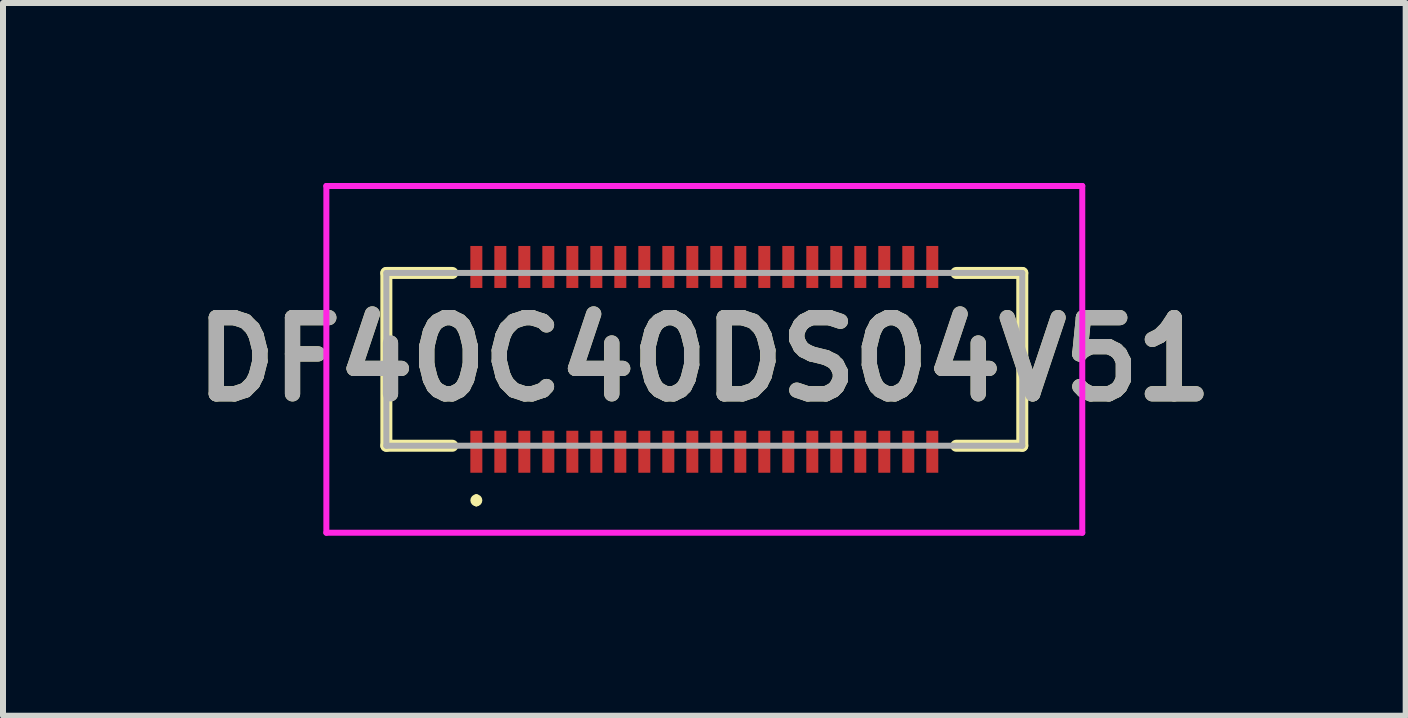
<source format=kicad_pcb>
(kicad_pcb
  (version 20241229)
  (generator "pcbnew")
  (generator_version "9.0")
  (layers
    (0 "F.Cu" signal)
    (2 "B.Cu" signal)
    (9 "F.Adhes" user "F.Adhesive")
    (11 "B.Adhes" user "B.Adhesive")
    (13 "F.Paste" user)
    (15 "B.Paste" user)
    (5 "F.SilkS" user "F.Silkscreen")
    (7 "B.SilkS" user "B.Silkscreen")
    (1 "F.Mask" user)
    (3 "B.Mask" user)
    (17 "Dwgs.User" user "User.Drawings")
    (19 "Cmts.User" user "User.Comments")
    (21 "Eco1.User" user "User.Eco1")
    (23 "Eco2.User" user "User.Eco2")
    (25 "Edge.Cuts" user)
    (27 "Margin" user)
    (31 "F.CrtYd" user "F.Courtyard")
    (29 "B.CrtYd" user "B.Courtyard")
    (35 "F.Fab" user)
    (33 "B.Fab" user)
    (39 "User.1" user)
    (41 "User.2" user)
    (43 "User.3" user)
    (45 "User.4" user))
  (footprint "DF40C40DS04V51"
    (layer "F.Cu")
    (at 8.69 2.94)
    (property "Reference" "DF40C40DS04V51" (at 0 0 0) (layer "F.SilkS") (effects (font (size 1.27 1.27) (thickness 0.254))))
    (attr smd)
    (fp_line (start -5.3 -1.44) (end -5.3 1.44) (stroke (width 0.2) (type solid)) (layer "F.SilkS"))
    (fp_line (start -5.3 1.44) (end -4.2 1.44) (stroke (width 0.2) (type solid)) (layer "F.SilkS"))
    (fp_line (start -4.2 -1.44) (end -5.3 -1.44) (stroke (width 0.2) (type solid)) (layer "F.SilkS"))
    (fp_line (start -3.8 2.3) (end -3.8 2.3) (stroke (width 0.1) (type solid)) (layer "F.SilkS"))
    (fp_line (start -3.8 2.4) (end -3.8 2.4) (stroke (width 0.1) (type solid)) (layer "F.SilkS"))
    (fp_line (start 4.2 1.44) (end 5.3 1.44) (stroke (width 0.2) (type solid)) (layer "F.SilkS"))
    (fp_line (start 5.3 -1.44) (end 4.2 -1.44) (stroke (width 0.2) (type solid)) (layer "F.SilkS"))
    (fp_line (start 5.3 1.44) (end 5.3 -1.44) (stroke (width 0.2) (type solid)) (layer "F.SilkS"))
    (fp_arc (start -3.8 2.3) (mid -3.75 2.35) (end -3.8 2.4) (stroke (width 0.1) (type solid)) (layer "F.SilkS"))
    (fp_arc (start -3.8 2.4) (mid -3.85 2.35) (end -3.8 2.3) (stroke (width 0.1) (type solid)) (layer "F.SilkS"))
    (fp_line (start -6.3 -2.89) (end 6.3 -2.89) (stroke (width 0.1) (type solid)) (layer "F.CrtYd"))
    (fp_line (start -6.3 2.89) (end -6.3 -2.89) (stroke (width 0.1) (type solid)) (layer "F.CrtYd"))
    (fp_line (start 6.3 -2.89) (end 6.3 2.89) (stroke (width 0.1) (type solid)) (layer "F.CrtYd"))
    (fp_line (start 6.3 2.89) (end -6.3 2.89) (stroke (width 0.1) (type solid)) (layer "F.CrtYd"))
    (fp_line (start -5.3 -1.44) (end -5.3 1.44) (stroke (width 0.1) (type solid)) (layer "F.Fab"))
    (fp_line (start -5.3 1.44) (end 5.3 1.44) (stroke (width 0.1) (type solid)) (layer "F.Fab"))
    (fp_line (start 5.3 -1.44) (end -5.3 -1.44) (stroke (width 0.1) (type solid)) (layer "F.Fab"))
    (fp_line (start 5.3 1.44) (end 5.3 -1.44) (stroke (width 0.1) (type solid)) (layer "F.Fab"))
    (fp_text user "${REFERENCE}" (at 0 0 0) (layer "F.Fab") (effects (font (size 1.27 1.27) (thickness 0.254))))
    (pad "1" smd rect (at -3.8 1.54) (size 0.2 0.7) (layers "F.Cu" "F.Mask" "F.Paste"))
    (pad "2" smd rect (at -3.8 -1.54) (size 0.2 0.7) (layers "F.Cu" "F.Mask" "F.Paste"))
    (pad "3" smd rect (at -3.4 1.54) (size 0.2 0.7) (layers "F.Cu" "F.Mask" "F.Paste"))
    (pad "4" smd rect (at -3.4 -1.54) (size 0.2 0.7) (layers "F.Cu" "F.Mask" "F.Paste"))
    (pad "5" smd rect (at -3 1.54) (size 0.2 0.7) (layers "F.Cu" "F.Mask" "F.Paste"))
    (pad "6" smd rect (at -3 -1.54) (size 0.2 0.7) (layers "F.Cu" "F.Mask" "F.Paste"))
    (pad "7" smd rect (at -2.6 1.54) (size 0.2 0.7) (layers "F.Cu" "F.Mask" "F.Paste"))
    (pad "8" smd rect (at -2.6 -1.54) (size 0.2 0.7) (layers "F.Cu" "F.Mask" "F.Paste"))
    (pad "9" smd rect (at -2.2 1.54) (size 0.2 0.7) (layers "F.Cu" "F.Mask" "F.Paste"))
    (pad "10" smd rect (at -2.2 -1.54) (size 0.2 0.7) (layers "F.Cu" "F.Mask" "F.Paste"))
    (pad "11" smd rect (at -1.8 1.54) (size 0.2 0.7) (layers "F.Cu" "F.Mask" "F.Paste"))
    (pad "12" smd rect (at -1.8 -1.54) (size 0.2 0.7) (layers "F.Cu" "F.Mask" "F.Paste"))
    (pad "13" smd rect (at -1.4 1.54) (size 0.2 0.7) (layers "F.Cu" "F.Mask" "F.Paste"))
    (pad "14" smd rect (at -1.4 -1.54) (size 0.2 0.7) (layers "F.Cu" "F.Mask" "F.Paste"))
    (pad "15" smd rect (at -1 1.54) (size 0.2 0.7) (layers "F.Cu" "F.Mask" "F.Paste"))
    (pad "16" smd rect (at -1 -1.54) (size 0.2 0.7) (layers "F.Cu" "F.Mask" "F.Paste"))
    (pad "17" smd rect (at -0.6 1.54) (size 0.2 0.7) (layers "F.Cu" "F.Mask" "F.Paste"))
    (pad "18" smd rect (at -0.6 -1.54) (size 0.2 0.7) (layers "F.Cu" "F.Mask" "F.Paste"))
    (pad "19" smd rect (at -0.2 1.54) (size 0.2 0.7) (layers "F.Cu" "F.Mask" "F.Paste"))
    (pad "20" smd rect (at -0.2 -1.54) (size 0.2 0.7) (layers "F.Cu" "F.Mask" "F.Paste"))
    (pad "21" smd rect (at 0.2 1.54) (size 0.2 0.7) (layers "F.Cu" "F.Mask" "F.Paste"))
    (pad "22" smd rect (at 0.2 -1.54) (size 0.2 0.7) (layers "F.Cu" "F.Mask" "F.Paste"))
    (pad "23" smd rect (at 0.6 1.54) (size 0.2 0.7) (layers "F.Cu" "F.Mask" "F.Paste"))
    (pad "24" smd rect (at 0.6 -1.54) (size 0.2 0.7) (layers "F.Cu" "F.Mask" "F.Paste"))
    (pad "25" smd rect (at 1 1.54) (size 0.2 0.7) (layers "F.Cu" "F.Mask" "F.Paste"))
    (pad "26" smd rect (at 1 -1.54) (size 0.2 0.7) (layers "F.Cu" "F.Mask" "F.Paste"))
    (pad "27" smd rect (at 1.4 1.54) (size 0.2 0.7) (layers "F.Cu" "F.Mask" "F.Paste"))
    (pad "28" smd rect (at 1.4 -1.54) (size 0.2 0.7) (layers "F.Cu" "F.Mask" "F.Paste"))
    (pad "29" smd rect (at 1.8 1.54) (size 0.2 0.7) (layers "F.Cu" "F.Mask" "F.Paste"))
    (pad "30" smd rect (at 1.8 -1.54) (size 0.2 0.7) (layers "F.Cu" "F.Mask" "F.Paste"))
    (pad "31" smd rect (at 2.2 1.54) (size 0.2 0.7) (layers "F.Cu" "F.Mask" "F.Paste"))
    (pad "32" smd rect (at 2.2 -1.54) (size 0.2 0.7) (layers "F.Cu" "F.Mask" "F.Paste"))
    (pad "33" smd rect (at 2.6 1.54) (size 0.2 0.7) (layers "F.Cu" "F.Mask" "F.Paste"))
    (pad "34" smd rect (at 2.6 -1.54) (size 0.2 0.7) (layers "F.Cu" "F.Mask" "F.Paste"))
    (pad "35" smd rect (at 3 1.54) (size 0.2 0.7) (layers "F.Cu" "F.Mask" "F.Paste"))
    (pad "36" smd rect (at 3 -1.54) (size 0.2 0.7) (layers "F.Cu" "F.Mask" "F.Paste"))
    (pad "37" smd rect (at 3.4 1.54) (size 0.2 0.7) (layers "F.Cu" "F.Mask" "F.Paste"))
    (pad "38" smd rect (at 3.4 -1.54) (size 0.2 0.7) (layers "F.Cu" "F.Mask" "F.Paste"))
    (pad "39" smd rect (at 3.8 1.54) (size 0.2 0.7) (layers "F.Cu" "F.Mask" "F.Paste"))
    (pad "40" smd rect (at 3.8 -1.54) (size 0.2 0.7) (layers "F.Cu" "F.Mask" "F.Paste")))
  (gr_rect
    (start -3 -3)
    (end 20.381 8.88)
    (stroke (width 0.1) (type default))
    (fill no)
    (layer "Edge.Cuts")))
</source>
